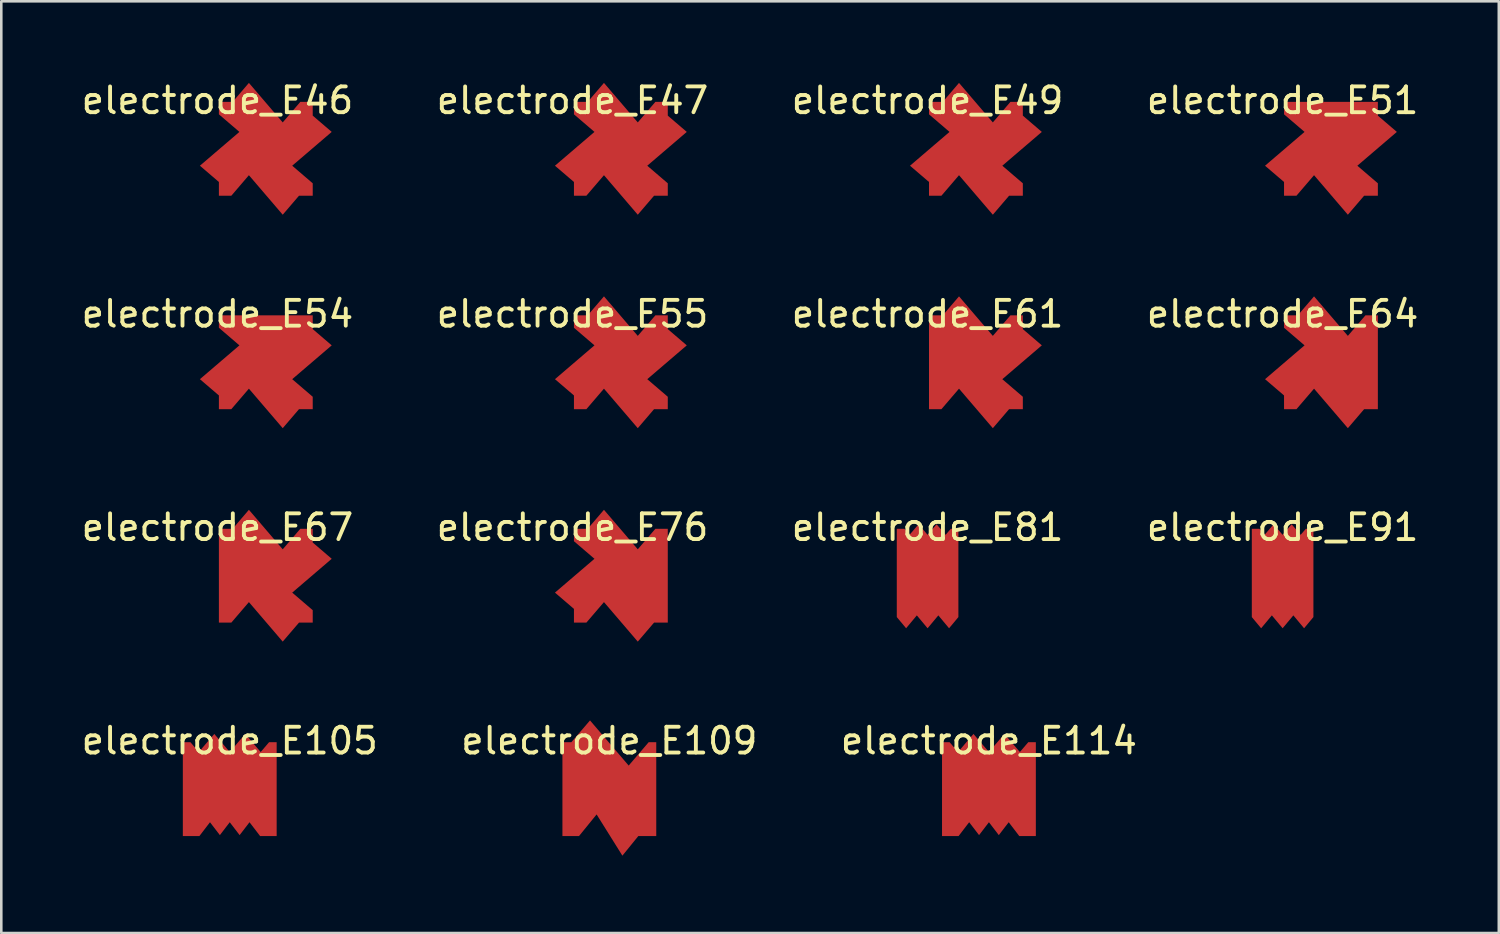
<source format=kicad_pcb>
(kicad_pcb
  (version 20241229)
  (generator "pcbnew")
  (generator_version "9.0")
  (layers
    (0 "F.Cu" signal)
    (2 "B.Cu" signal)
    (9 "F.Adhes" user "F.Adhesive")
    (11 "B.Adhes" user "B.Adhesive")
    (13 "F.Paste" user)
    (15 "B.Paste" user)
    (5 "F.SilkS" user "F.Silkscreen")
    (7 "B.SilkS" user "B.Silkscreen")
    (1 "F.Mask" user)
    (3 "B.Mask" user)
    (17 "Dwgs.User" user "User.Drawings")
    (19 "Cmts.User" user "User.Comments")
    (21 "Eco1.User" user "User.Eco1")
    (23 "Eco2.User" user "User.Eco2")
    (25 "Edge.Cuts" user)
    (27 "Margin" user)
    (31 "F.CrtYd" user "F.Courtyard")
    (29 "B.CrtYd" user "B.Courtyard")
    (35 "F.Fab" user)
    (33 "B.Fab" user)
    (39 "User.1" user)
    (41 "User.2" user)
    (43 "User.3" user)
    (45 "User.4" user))
  (footprint "electrode_E114"
    (layer "F.Cu")
    (at 35.315 25.689)
    (property "Reference" "electrode_E114" (at 0 0 0) (layer "F.SilkS") (effects (font (size 1 1) (thickness 0.15))))
    (attr through_hole)
    (pad "1" smd custom (at 0.038 1.456) (size 0.5 0.5) (layers "F.Cu" "F.Mask" "F.Paste") (options (anchor circle)) (primitives (gr_poly (pts (xy 1.162 -1.021) (xy 1.487 -1.401) (xy 1.782 -1.401) (xy 1.782 2.239) (xy 1.139 2.239) (xy 0.729 1.703) (xy 0.345 2.203) (xy -0.038 1.703) (xy -0.421 2.203) (xy -0.805 1.703) (xy -1.215 2.239) (xy -1.858 2.239) (xy -1.858 -1.401) (xy -1.563 -1.401) (xy -1.238 -1.021) (xy -0.638 -1.722) (xy -0.038 -1.021) (xy 0.562 -1.722)) (width 0.0001) (fill yes)))))
  (footprint "electrode_E67"
    (layer "F.Cu")
    (at 5.387 17.409)
    (property "Reference" "electrode_E67" (at 0 0 0) (layer "F.SilkS") (effects (font (size 1 1) (thickness 0.15))))
    (attr through_hole)
    (pad "1" smd custom (at 1.875 1.875) (size 0.5 0.5) (layers "F.Cu" "F.Mask" "F.Paste") (options (anchor circle)) (primitives (gr_poly (pts (xy 0.656 -1.024) (xy 1.338 -1.82) (xy 1.82 -1.82) (xy 1.82 -1.287) (xy 2.557 -0.656) (xy 1.024 0.656) (xy 1.82 1.338) (xy 1.82 1.82) (xy 1.287 1.82) (xy 0.656 2.557) (xy -0.656 1.024) (xy -1.338 1.82) (xy -1.82 1.82) (xy -1.82 -1.82) (xy -1.287 -1.82) (xy -0.656 -2.557)) (width 0.0001) (fill yes)))))
  (footprint "electrode_E51"
    (layer "F.Cu")
    (at 46.708 0.848)
    (property "Reference" "electrode_E51" (at 0 0 0) (layer "F.SilkS") (effects (font (size 1 1) (thickness 0.15))))
    (attr through_hole)
    (pad "1" smd custom (at 1.875 1.875) (size 0.5 0.5) (layers "F.Cu" "F.Mask" "F.Paste") (options (anchor circle)) (primitives (gr_poly (pts (xy 1.82 -1.287) (xy 2.557 -0.656) (xy 1.024 0.656) (xy 1.82 1.338) (xy 1.82 1.82) (xy 1.287 1.82) (xy 0.656 2.557) (xy -0.656 1.024) (xy -1.338 1.82) (xy -1.82 1.82) (xy -1.82 1.287) (xy -2.557 0.656) (xy -1.024 -0.656) (xy -1.82 -1.338) (xy -1.82 -1.82) (xy 1.82 -1.82)) (width 0.0001) (fill yes)))))
  (footprint "electrode_E49"
    (layer "F.Cu")
    (at 32.935 0.848)
    (property "Reference" "electrode_E49" (at 0 0 0) (layer "F.SilkS") (effects (font (size 1 1) (thickness 0.15))))
    (attr through_hole)
    (pad "1" smd custom (at 1.875 1.875) (size 0.5 0.5) (layers "F.Cu" "F.Mask" "F.Paste") (options (anchor circle)) (primitives (gr_poly (pts (xy 0.656 -1.024) (xy 1.338 -1.82) (xy 1.82 -1.82) (xy 1.82 -1.287) (xy 2.557 -0.656) (xy 1.024 0.656) (xy 1.82 1.338) (xy 1.82 1.82) (xy 1.287 1.82) (xy 0.656 2.557) (xy -0.656 1.024) (xy -1.338 1.82) (xy -1.82 1.82) (xy -1.82 1.287) (xy -2.557 0.656) (xy -1.024 -0.656) (xy -1.82 -1.338) (xy -1.82 -1.82) (xy -1.287 -1.82) (xy -0.656 -2.557)) (width 0.0001) (fill yes)))))
  (footprint "electrode_E81"
    (layer "F.Cu")
    (at 32.935 17.409)
    (property "Reference" "electrode_E81" (at 0 0 0) (layer "F.SilkS") (effects (font (size 1 1) (thickness 0.15))))
    (attr through_hole)
    (pad "1" smd custom (at -0.05 1.623) (size 0.5 0.5) (layers "F.Cu" "F.Mask" "F.Paste") (options (anchor circle)) (primitives (gr_poly (pts (xy 0.75 -1.334) (xy 0.95 -1.568) (xy 1.245 -1.568) (xy 1.245 1.857) (xy 0.883 2.291) (xy 0.467 1.791) (xy 0.05 2.291) (xy -0.367 1.791) (xy -0.783 2.291) (xy -1.145 1.857) (xy -1.145 -1.568) (xy -0.85 -1.568) (xy -0.65 -1.334) (xy -0.3 -1.743) (xy 0.05 -1.334) (xy 0.4 -1.743)) (width 0.0001) (fill yes)))))
  (footprint "electrode_E47"
    (layer "F.Cu")
    (at 19.161 0.848)
    (property "Reference" "electrode_E47" (at 0 0 0) (layer "F.SilkS") (effects (font (size 1 1) (thickness 0.15))))
    (attr through_hole)
    (pad "1" smd custom (at 1.875 1.875) (size 0.5 0.5) (layers "F.Cu" "F.Mask" "F.Paste") (options (anchor circle)) (primitives (gr_poly (pts (xy 0.656 -1.024) (xy 1.338 -1.82) (xy 1.82 -1.82) (xy 1.82 -1.287) (xy 2.557 -0.656) (xy 1.024 0.656) (xy 1.82 1.338) (xy 1.82 1.82) (xy 1.287 1.82) (xy 0.656 2.557) (xy -0.656 1.024) (xy -1.338 1.82) (xy -1.82 1.82) (xy -1.82 1.287) (xy -2.557 0.656) (xy -1.024 -0.656) (xy -1.82 -1.338) (xy -1.82 -1.82) (xy -1.287 -1.82) (xy -0.656 -2.557)) (width 0.0001) (fill yes)))))
  (footprint "electrode_E55"
    (layer "F.Cu")
    (at 19.161 9.129)
    (property "Reference" "electrode_E55" (at 0 0 0) (layer "F.SilkS") (effects (font (size 1 1) (thickness 0.15))))
    (attr through_hole)
    (pad "1" smd custom (at 1.875 1.875) (size 0.5 0.5) (layers "F.Cu" "F.Mask" "F.Paste") (options (anchor circle)) (primitives (gr_poly (pts (xy 0.656 -1.024) (xy 1.338 -1.82) (xy 1.82 -1.82) (xy 1.82 -1.287) (xy 2.557 -0.656) (xy 1.024 0.656) (xy 1.82 1.338) (xy 1.82 1.82) (xy 1.287 1.82) (xy 0.656 2.557) (xy -0.656 1.024) (xy -1.338 1.82) (xy -1.82 1.82) (xy -1.82 1.287) (xy -2.557 0.656) (xy -1.024 -0.656) (xy -1.82 -1.338) (xy -1.82 -1.82) (xy -1.287 -1.82) (xy -0.656 -2.557)) (width 0.0001) (fill yes)))))
  (footprint "electrode_E61"
    (layer "F.Cu")
    (at 32.935 9.129)
    (property "Reference" "electrode_E61" (at 0 0 0) (layer "F.SilkS") (effects (font (size 1 1) (thickness 0.15))))
    (attr through_hole)
    (pad "1" smd custom (at 1.875 1.875) (size 0.5 0.5) (layers "F.Cu" "F.Mask" "F.Paste") (options (anchor circle)) (primitives (gr_poly (pts (xy 0.656 -1.024) (xy 1.338 -1.82) (xy 1.82 -1.82) (xy 1.82 -1.287) (xy 2.557 -0.656) (xy 1.024 0.656) (xy 1.82 1.338) (xy 1.82 1.82) (xy 1.287 1.82) (xy 0.656 2.557) (xy -0.656 1.024) (xy -1.338 1.82) (xy -1.82 1.82) (xy -1.82 -1.82) (xy -1.287 -1.82) (xy -0.656 -2.557)) (width 0.0001) (fill yes)))))
  (footprint "electrode_E91"
    (layer "F.Cu")
    (at 46.708 17.409)
    (property "Reference" "electrode_E91" (at 0 0 0) (layer "F.SilkS") (effects (font (size 1 1) (thickness 0.15))))
    (attr through_hole)
    (pad "1" smd custom (at -0.05 1.623) (size 0.5 0.5) (layers "F.Cu" "F.Mask" "F.Paste") (options (anchor circle)) (primitives (gr_poly (pts (xy 0.75 -1.334) (xy 0.95 -1.568) (xy 1.245 -1.568) (xy 1.245 1.857) (xy 0.883 2.291) (xy 0.467 1.791) (xy 0.05 2.291) (xy -0.367 1.791) (xy -0.783 2.291) (xy -1.145 1.857) (xy -1.145 -1.568) (xy -0.85 -1.568) (xy -0.65 -1.334) (xy -0.3 -1.743) (xy 0.05 -1.334) (xy 0.4 -1.743)) (width 0.0001) (fill yes)))))
  (footprint "electrode_E76"
    (layer "F.Cu")
    (at 19.161 17.409)
    (property "Reference" "electrode_E76" (at 0 0 0) (layer "F.SilkS") (effects (font (size 1 1) (thickness 0.15))))
    (attr through_hole)
    (pad "1" smd custom (at 1.875 1.875) (size 0.5 0.5) (layers "F.Cu" "F.Mask" "F.Paste") (options (anchor circle)) (primitives (gr_poly (pts (xy 0.656 -1.024) (xy 1.338 -1.82) (xy 1.82 -1.82) (xy 1.82 1.82) (xy 1.287 1.82) (xy 0.656 2.557) (xy -0.656 1.024) (xy -1.338 1.82) (xy -1.82 1.82) (xy -1.82 1.287) (xy -2.557 0.656) (xy -1.024 -0.656) (xy -1.82 -1.338) (xy -1.82 -1.82) (xy -1.287 -1.82) (xy -0.656 -2.557)) (width 0.0001) (fill yes)))))
  (footprint "electrode_E54"
    (layer "F.Cu")
    (at 5.387 9.129)
    (property "Reference" "electrode_E54" (at 0 0 0) (layer "F.SilkS") (effects (font (size 1 1) (thickness 0.15))))
    (attr through_hole)
    (pad "1" smd custom (at 1.875 1.875) (size 0.5 0.5) (layers "F.Cu" "F.Mask" "F.Paste") (options (anchor circle)) (primitives (gr_poly (pts (xy 1.82 -1.287) (xy 2.557 -0.656) (xy 1.024 0.656) (xy 1.82 1.338) (xy 1.82 1.82) (xy 1.287 1.82) (xy 0.656 2.557) (xy -0.656 1.024) (xy -1.338 1.82) (xy -1.82 1.82) (xy -1.82 1.287) (xy -2.557 0.656) (xy -1.024 -0.656) (xy -1.82 -1.338) (xy -1.82 -1.82) (xy 1.82 -1.82)) (width 0.0001) (fill yes)))))
  (footprint "electrode_E46"
    (layer "F.Cu")
    (at 5.387 0.848)
    (property "Reference" "electrode_E46" (at 0 0 0) (layer "F.SilkS") (effects (font (size 1 1) (thickness 0.15))))
    (attr through_hole)
    (pad "1" smd custom (at 1.875 1.875) (size 0.5 0.5) (layers "F.Cu" "F.Mask" "F.Paste") (options (anchor circle)) (primitives (gr_poly (pts (xy 0.656 -1.024) (xy 1.338 -1.82) (xy 1.82 -1.82) (xy 1.82 -1.287) (xy 2.557 -0.656) (xy 1.024 0.656) (xy 1.82 1.338) (xy 1.82 1.82) (xy 1.287 1.82) (xy 0.656 2.557) (xy -0.656 1.024) (xy -1.338 1.82) (xy -1.82 1.82) (xy -1.82 1.287) (xy -2.557 0.656) (xy -1.024 -0.656) (xy -1.82 -1.338) (xy -1.82 -1.82) (xy -1.287 -1.82) (xy -0.656 -2.557)) (width 0.0001) (fill yes)))))
  (footprint "electrode_E109"
    (layer "F.Cu")
    (at 20.589 25.689)
    (property "Reference" "electrode_E109" (at 0 0 0) (layer "F.SilkS") (effects (font (size 1 1) (thickness 0.15))))
    (attr through_hole)
    (pad "1" smd custom (at -0.057 1.567) (size 0.5 0.5) (layers "F.Cu" "F.Mask" "F.Paste") (options (anchor circle)) (primitives (gr_poly (pts (xy 0.807 -0.606) (xy 1.582 -1.512) (xy 1.877 -1.512) (xy 1.877 2.128) (xy 1.181 2.128) (xy 0.563 2.889) (xy -0.437 1.289) (xy -1.119 2.128) (xy -1.763 2.128) (xy -1.763 -1.512) (xy -1.418 -1.512) (xy -0.693 -2.358)) (width 0.0001) (fill yes)))))
  (footprint "electrode_E105"
    (layer "F.Cu")
    (at 5.863 25.689)
    (property "Reference" "electrode_E105" (at 0 0 0) (layer "F.SilkS") (effects (font (size 1 1) (thickness 0.15))))
    (attr through_hole)
    (pad "1" smd custom (at 0.038 1.456) (size 0.5 0.5) (layers "F.Cu" "F.Mask" "F.Paste") (options (anchor circle)) (primitives (gr_poly (pts (xy 1.162 -1.021) (xy 1.487 -1.401) (xy 1.782 -1.401) (xy 1.782 2.239) (xy 1.139 2.239) (xy 0.729 1.703) (xy 0.345 2.203) (xy -0.038 1.703) (xy -0.421 2.203) (xy -0.805 1.703) (xy -1.215 2.239) (xy -1.858 2.239) (xy -1.858 -1.401) (xy -1.563 -1.401) (xy -1.238 -1.021) (xy -0.638 -1.722) (xy -0.038 -1.021) (xy 0.562 -1.722)) (width 0.0001) (fill yes)))))
  (footprint "electrode_E64"
    (layer "F.Cu")
    (at 46.708 9.129)
    (property "Reference" "electrode_E64" (at 0 0 0) (layer "F.SilkS") (effects (font (size 1 1) (thickness 0.15))))
    (attr through_hole)
    (pad "1" smd custom (at 1.875 1.875) (size 0.5 0.5) (layers "F.Cu" "F.Mask" "F.Paste") (options (anchor circle)) (primitives (gr_poly (pts (xy 0.656 -1.024) (xy 1.338 -1.82) (xy 1.82 -1.82) (xy 1.82 1.82) (xy 1.287 1.82) (xy 0.656 2.557) (xy -0.656 1.024) (xy -1.338 1.82) (xy -1.82 1.82) (xy -1.82 1.287) (xy -2.557 0.656) (xy -1.024 -0.656) (xy -1.82 -1.338) (xy -1.82 -1.82) (xy -1.287 -1.82) (xy -0.656 -2.557)) (width 0.0001) (fill yes)))))
  (gr_rect
    (start -3 -3)
    (end 55.095 33.145)
    (stroke (width 0.1) (type default))
    (fill no)
    (layer "Edge.Cuts")))
</source>
